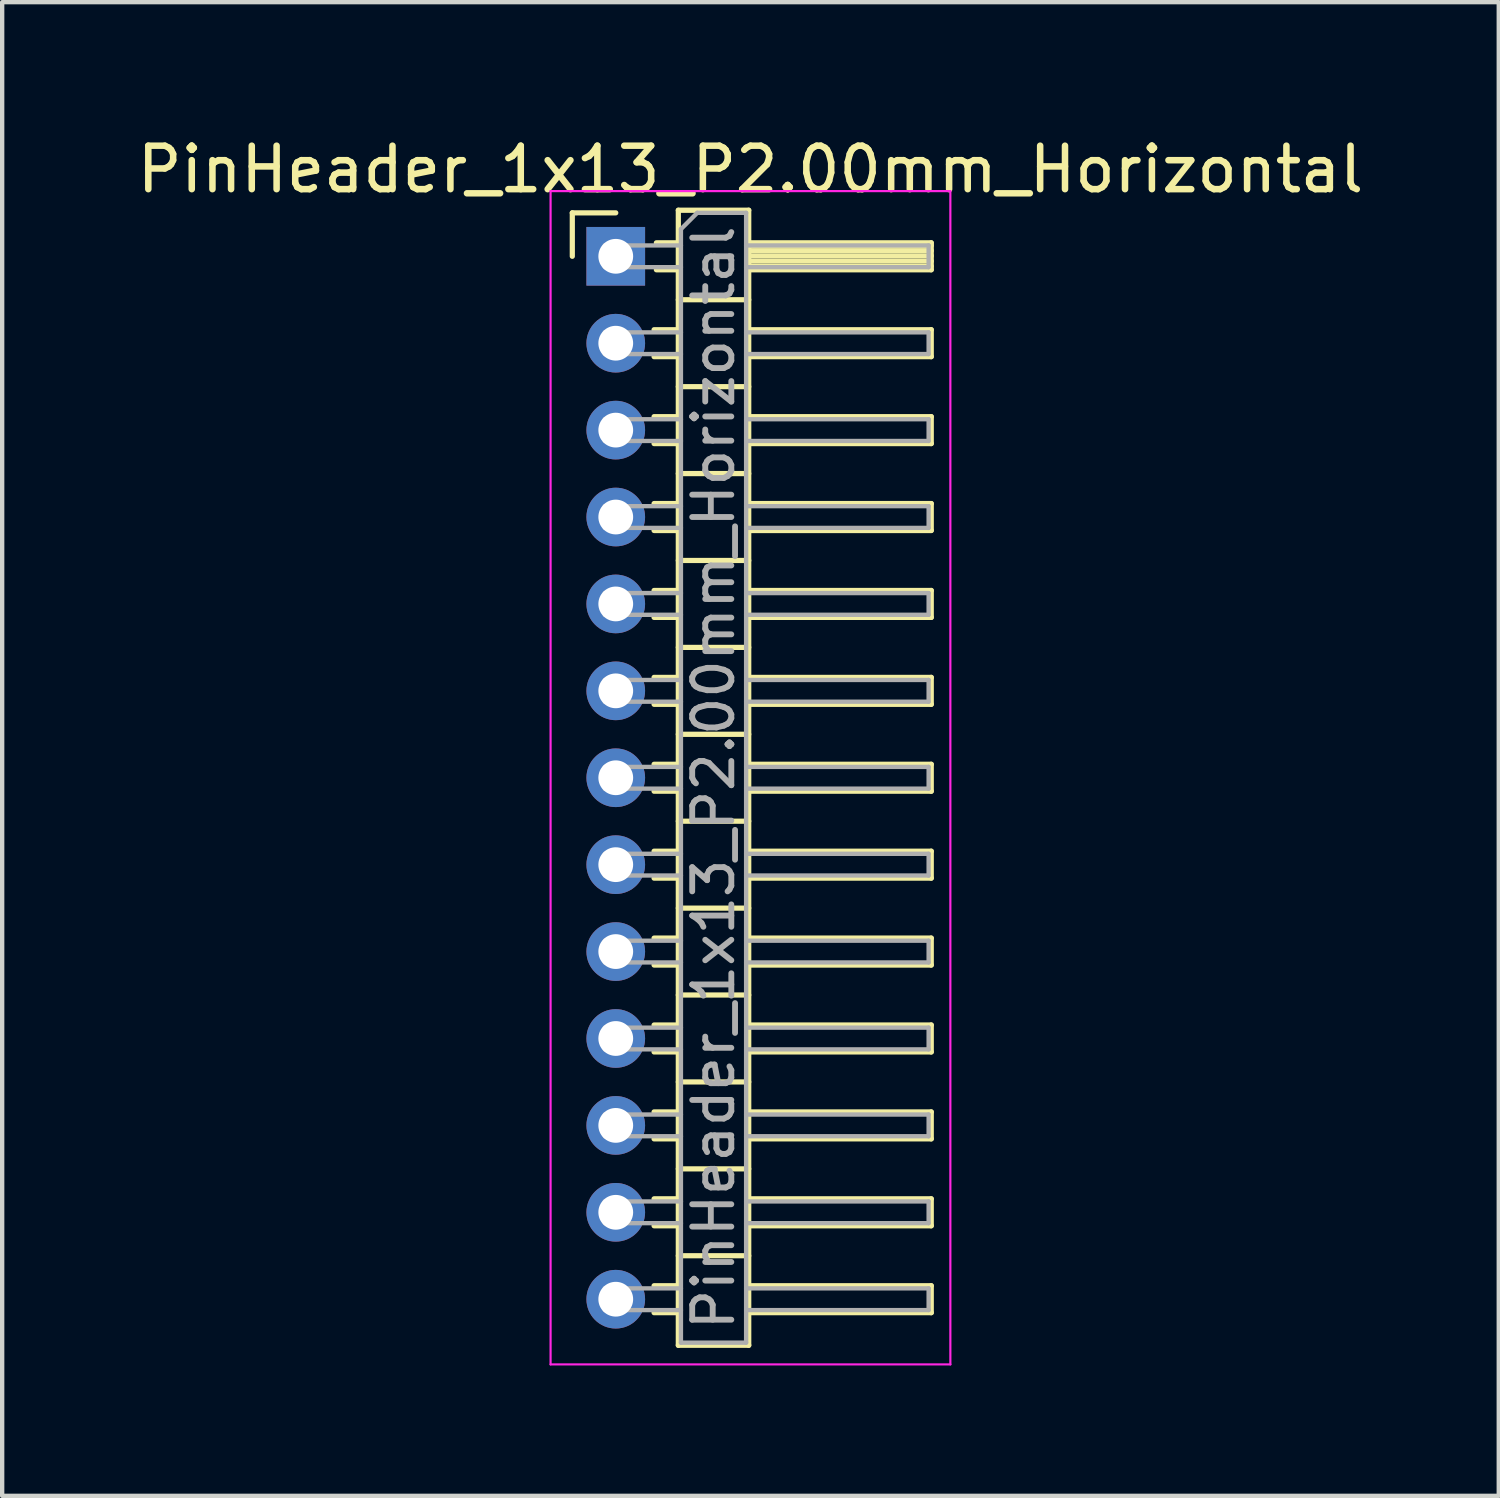
<source format=kicad_pcb>
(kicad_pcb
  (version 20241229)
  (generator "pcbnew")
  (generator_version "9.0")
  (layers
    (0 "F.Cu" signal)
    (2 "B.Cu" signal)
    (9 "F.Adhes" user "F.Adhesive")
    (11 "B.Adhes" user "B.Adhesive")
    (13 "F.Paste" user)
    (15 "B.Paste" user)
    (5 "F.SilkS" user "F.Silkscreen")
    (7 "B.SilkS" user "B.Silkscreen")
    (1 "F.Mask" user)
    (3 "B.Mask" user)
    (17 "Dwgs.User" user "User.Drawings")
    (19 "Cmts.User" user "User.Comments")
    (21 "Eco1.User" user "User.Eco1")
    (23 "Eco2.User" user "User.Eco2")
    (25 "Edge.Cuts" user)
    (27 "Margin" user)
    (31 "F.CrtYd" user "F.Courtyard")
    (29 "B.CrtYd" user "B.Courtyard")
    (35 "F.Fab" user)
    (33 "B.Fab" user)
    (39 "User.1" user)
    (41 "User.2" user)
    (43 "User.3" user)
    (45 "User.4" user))
  (footprint "PinHeader_1x13_P2.00mm_Horizontal"
    (layer "F.Cu")
    (at 11.12 2.848)
    (property "Reference" "PinHeader_1x13_P2.00mm_Horizontal" (at 3.1 -2 0) (layer "F.SilkS") (effects (font (size 1 1) (thickness 0.15))))
    (attr through_hole)
    (fp_line (start -1 -1) (end 0 -1) (stroke (width 0.12) (type solid)) (layer "F.SilkS"))
    (fp_line (start -1 0) (end -1 -1) (stroke (width 0.12) (type solid)) (layer "F.SilkS"))
    (fp_line (start 0.882 1.69) (end 1.44 1.69) (stroke (width 0.12) (type solid)) (layer "F.SilkS"))
    (fp_line (start 0.882 2.31) (end 1.44 2.31) (stroke (width 0.12) (type solid)) (layer "F.SilkS"))
    (fp_line (start 0.882 3.69) (end 1.44 3.69) (stroke (width 0.12) (type solid)) (layer "F.SilkS"))
    (fp_line (start 0.882 4.31) (end 1.44 4.31) (stroke (width 0.12) (type solid)) (layer "F.SilkS"))
    (fp_line (start 0.882 5.69) (end 1.44 5.69) (stroke (width 0.12) (type solid)) (layer "F.SilkS"))
    (fp_line (start 0.882 6.31) (end 1.44 6.31) (stroke (width 0.12) (type solid)) (layer "F.SilkS"))
    (fp_line (start 0.882 7.69) (end 1.44 7.69) (stroke (width 0.12) (type solid)) (layer "F.SilkS"))
    (fp_line (start 0.882 8.31) (end 1.44 8.31) (stroke (width 0.12) (type solid)) (layer "F.SilkS"))
    (fp_line (start 0.882 9.69) (end 1.44 9.69) (stroke (width 0.12) (type solid)) (layer "F.SilkS"))
    (fp_line (start 0.882 10.31) (end 1.44 10.31) (stroke (width 0.12) (type solid)) (layer "F.SilkS"))
    (fp_line (start 0.882 11.69) (end 1.44 11.69) (stroke (width 0.12) (type solid)) (layer "F.SilkS"))
    (fp_line (start 0.882 12.31) (end 1.44 12.31) (stroke (width 0.12) (type solid)) (layer "F.SilkS"))
    (fp_line (start 0.882 13.69) (end 1.44 13.69) (stroke (width 0.12) (type solid)) (layer "F.SilkS"))
    (fp_line (start 0.882 14.31) (end 1.44 14.31) (stroke (width 0.12) (type solid)) (layer "F.SilkS"))
    (fp_line (start 0.882 15.69) (end 1.44 15.69) (stroke (width 0.12) (type solid)) (layer "F.SilkS"))
    (fp_line (start 0.882 16.31) (end 1.44 16.31) (stroke (width 0.12) (type solid)) (layer "F.SilkS"))
    (fp_line (start 0.882 17.69) (end 1.44 17.69) (stroke (width 0.12) (type solid)) (layer "F.SilkS"))
    (fp_line (start 0.882 18.31) (end 1.44 18.31) (stroke (width 0.12) (type solid)) (layer "F.SilkS"))
    (fp_line (start 0.882 19.69) (end 1.44 19.69) (stroke (width 0.12) (type solid)) (layer "F.SilkS"))
    (fp_line (start 0.882 20.31) (end 1.44 20.31) (stroke (width 0.12) (type solid)) (layer "F.SilkS"))
    (fp_line (start 0.882 21.69) (end 1.44 21.69) (stroke (width 0.12) (type solid)) (layer "F.SilkS"))
    (fp_line (start 0.882 22.31) (end 1.44 22.31) (stroke (width 0.12) (type solid)) (layer "F.SilkS"))
    (fp_line (start 0.882 23.69) (end 1.44 23.69) (stroke (width 0.12) (type solid)) (layer "F.SilkS"))
    (fp_line (start 0.882 24.31) (end 1.44 24.31) (stroke (width 0.12) (type solid)) (layer "F.SilkS"))
    (fp_line (start 0.935 -0.31) (end 1.44 -0.31) (stroke (width 0.12) (type solid)) (layer "F.SilkS"))
    (fp_line (start 0.935 0.31) (end 1.44 0.31) (stroke (width 0.12) (type solid)) (layer "F.SilkS"))
    (fp_line (start 1.44 -1.06) (end 1.44 25.06) (stroke (width 0.12) (type solid)) (layer "F.SilkS"))
    (fp_line (start 1.44 1) (end 3.06 1) (stroke (width 0.12) (type solid)) (layer "F.SilkS"))
    (fp_line (start 1.44 3) (end 3.06 3) (stroke (width 0.12) (type solid)) (layer "F.SilkS"))
    (fp_line (start 1.44 5) (end 3.06 5) (stroke (width 0.12) (type solid)) (layer "F.SilkS"))
    (fp_line (start 1.44 7) (end 3.06 7) (stroke (width 0.12) (type solid)) (layer "F.SilkS"))
    (fp_line (start 1.44 9) (end 3.06 9) (stroke (width 0.12) (type solid)) (layer "F.SilkS"))
    (fp_line (start 1.44 11) (end 3.06 11) (stroke (width 0.12) (type solid)) (layer "F.SilkS"))
    (fp_line (start 1.44 13) (end 3.06 13) (stroke (width 0.12) (type solid)) (layer "F.SilkS"))
    (fp_line (start 1.44 15) (end 3.06 15) (stroke (width 0.12) (type solid)) (layer "F.SilkS"))
    (fp_line (start 1.44 17) (end 3.06 17) (stroke (width 0.12) (type solid)) (layer "F.SilkS"))
    (fp_line (start 1.44 19) (end 3.06 19) (stroke (width 0.12) (type solid)) (layer "F.SilkS"))
    (fp_line (start 1.44 21) (end 3.06 21) (stroke (width 0.12) (type solid)) (layer "F.SilkS"))
    (fp_line (start 1.44 23) (end 3.06 23) (stroke (width 0.12) (type solid)) (layer "F.SilkS"))
    (fp_line (start 1.44 25.06) (end 3.06 25.06) (stroke (width 0.12) (type solid)) (layer "F.SilkS"))
    (fp_line (start 3.06 -1.06) (end 1.44 -1.06) (stroke (width 0.12) (type solid)) (layer "F.SilkS"))
    (fp_line (start 3.06 -0.31) (end 7.26 -0.31) (stroke (width 0.12) (type solid)) (layer "F.SilkS"))
    (fp_line (start 3.06 -0.25) (end 7.26 -0.25) (stroke (width 0.12) (type solid)) (layer "F.SilkS"))
    (fp_line (start 3.06 -0.13) (end 7.26 -0.13) (stroke (width 0.12) (type solid)) (layer "F.SilkS"))
    (fp_line (start 3.06 -0.01) (end 7.26 -0.01) (stroke (width 0.12) (type solid)) (layer "F.SilkS"))
    (fp_line (start 3.06 0.11) (end 7.26 0.11) (stroke (width 0.12) (type solid)) (layer "F.SilkS"))
    (fp_line (start 3.06 0.23) (end 7.26 0.23) (stroke (width 0.12) (type solid)) (layer "F.SilkS"))
    (fp_line (start 3.06 1.69) (end 7.26 1.69) (stroke (width 0.12) (type solid)) (layer "F.SilkS"))
    (fp_line (start 3.06 3.69) (end 7.26 3.69) (stroke (width 0.12) (type solid)) (layer "F.SilkS"))
    (fp_line (start 3.06 5.69) (end 7.26 5.69) (stroke (width 0.12) (type solid)) (layer "F.SilkS"))
    (fp_line (start 3.06 7.69) (end 7.26 7.69) (stroke (width 0.12) (type solid)) (layer "F.SilkS"))
    (fp_line (start 3.06 9.69) (end 7.26 9.69) (stroke (width 0.12) (type solid)) (layer "F.SilkS"))
    (fp_line (start 3.06 11.69) (end 7.26 11.69) (stroke (width 0.12) (type solid)) (layer "F.SilkS"))
    (fp_line (start 3.06 13.69) (end 7.26 13.69) (stroke (width 0.12) (type solid)) (layer "F.SilkS"))
    (fp_line (start 3.06 15.69) (end 7.26 15.69) (stroke (width 0.12) (type solid)) (layer "F.SilkS"))
    (fp_line (start 3.06 17.69) (end 7.26 17.69) (stroke (width 0.12) (type solid)) (layer "F.SilkS"))
    (fp_line (start 3.06 19.69) (end 7.26 19.69) (stroke (width 0.12) (type solid)) (layer "F.SilkS"))
    (fp_line (start 3.06 21.69) (end 7.26 21.69) (stroke (width 0.12) (type solid)) (layer "F.SilkS"))
    (fp_line (start 3.06 23.69) (end 7.26 23.69) (stroke (width 0.12) (type solid)) (layer "F.SilkS"))
    (fp_line (start 3.06 25.06) (end 3.06 -1.06) (stroke (width 0.12) (type solid)) (layer "F.SilkS"))
    (fp_line (start 7.26 -0.31) (end 7.26 0.31) (stroke (width 0.12) (type solid)) (layer "F.SilkS"))
    (fp_line (start 7.26 0.31) (end 3.06 0.31) (stroke (width 0.12) (type solid)) (layer "F.SilkS"))
    (fp_line (start 7.26 1.69) (end 7.26 2.31) (stroke (width 0.12) (type solid)) (layer "F.SilkS"))
    (fp_line (start 7.26 2.31) (end 3.06 2.31) (stroke (width 0.12) (type solid)) (layer "F.SilkS"))
    (fp_line (start 7.26 3.69) (end 7.26 4.31) (stroke (width 0.12) (type solid)) (layer "F.SilkS"))
    (fp_line (start 7.26 4.31) (end 3.06 4.31) (stroke (width 0.12) (type solid)) (layer "F.SilkS"))
    (fp_line (start 7.26 5.69) (end 7.26 6.31) (stroke (width 0.12) (type solid)) (layer "F.SilkS"))
    (fp_line (start 7.26 6.31) (end 3.06 6.31) (stroke (width 0.12) (type solid)) (layer "F.SilkS"))
    (fp_line (start 7.26 7.69) (end 7.26 8.31) (stroke (width 0.12) (type solid)) (layer "F.SilkS"))
    (fp_line (start 7.26 8.31) (end 3.06 8.31) (stroke (width 0.12) (type solid)) (layer "F.SilkS"))
    (fp_line (start 7.26 9.69) (end 7.26 10.31) (stroke (width 0.12) (type solid)) (layer "F.SilkS"))
    (fp_line (start 7.26 10.31) (end 3.06 10.31) (stroke (width 0.12) (type solid)) (layer "F.SilkS"))
    (fp_line (start 7.26 11.69) (end 7.26 12.31) (stroke (width 0.12) (type solid)) (layer "F.SilkS"))
    (fp_line (start 7.26 12.31) (end 3.06 12.31) (stroke (width 0.12) (type solid)) (layer "F.SilkS"))
    (fp_line (start 7.26 13.69) (end 7.26 14.31) (stroke (width 0.12) (type solid)) (layer "F.SilkS"))
    (fp_line (start 7.26 14.31) (end 3.06 14.31) (stroke (width 0.12) (type solid)) (layer "F.SilkS"))
    (fp_line (start 7.26 15.69) (end 7.26 16.31) (stroke (width 0.12) (type solid)) (layer "F.SilkS"))
    (fp_line (start 7.26 16.31) (end 3.06 16.31) (stroke (width 0.12) (type solid)) (layer "F.SilkS"))
    (fp_line (start 7.26 17.69) (end 7.26 18.31) (stroke (width 0.12) (type solid)) (layer "F.SilkS"))
    (fp_line (start 7.26 18.31) (end 3.06 18.31) (stroke (width 0.12) (type solid)) (layer "F.SilkS"))
    (fp_line (start 7.26 19.69) (end 7.26 20.31) (stroke (width 0.12) (type solid)) (layer "F.SilkS"))
    (fp_line (start 7.26 20.31) (end 3.06 20.31) (stroke (width 0.12) (type solid)) (layer "F.SilkS"))
    (fp_line (start 7.26 21.69) (end 7.26 22.31) (stroke (width 0.12) (type solid)) (layer "F.SilkS"))
    (fp_line (start 7.26 22.31) (end 3.06 22.31) (stroke (width 0.12) (type solid)) (layer "F.SilkS"))
    (fp_line (start 7.26 23.69) (end 7.26 24.31) (stroke (width 0.12) (type solid)) (layer "F.SilkS"))
    (fp_line (start 7.26 24.31) (end 3.06 24.31) (stroke (width 0.12) (type solid)) (layer "F.SilkS"))
    (fp_line (start -1.5 -1.5) (end -1.5 25.5) (stroke (width 0.05) (type solid)) (layer "F.CrtYd"))
    (fp_line (start -1.5 25.5) (end 7.7 25.5) (stroke (width 0.05) (type solid)) (layer "F.CrtYd"))
    (fp_line (start 7.7 -1.5) (end -1.5 -1.5) (stroke (width 0.05) (type solid)) (layer "F.CrtYd"))
    (fp_line (start 7.7 25.5) (end 7.7 -1.5) (stroke (width 0.05) (type solid)) (layer "F.CrtYd"))
    (fp_line (start -0.25 -0.25) (end -0.25 0.25) (stroke (width 0.1) (type solid)) (layer "F.Fab"))
    (fp_line (start -0.25 -0.25) (end 1.5 -0.25) (stroke (width 0.1) (type solid)) (layer "F.Fab"))
    (fp_line (start -0.25 0.25) (end 1.5 0.25) (stroke (width 0.1) (type solid)) (layer "F.Fab"))
    (fp_line (start -0.25 1.75) (end -0.25 2.25) (stroke (width 0.1) (type solid)) (layer "F.Fab"))
    (fp_line (start -0.25 1.75) (end 1.5 1.75) (stroke (width 0.1) (type solid)) (layer "F.Fab"))
    (fp_line (start -0.25 2.25) (end 1.5 2.25) (stroke (width 0.1) (type solid)) (layer "F.Fab"))
    (fp_line (start -0.25 3.75) (end -0.25 4.25) (stroke (width 0.1) (type solid)) (layer "F.Fab"))
    (fp_line (start -0.25 3.75) (end 1.5 3.75) (stroke (width 0.1) (type solid)) (layer "F.Fab"))
    (fp_line (start -0.25 4.25) (end 1.5 4.25) (stroke (width 0.1) (type solid)) (layer "F.Fab"))
    (fp_line (start -0.25 5.75) (end -0.25 6.25) (stroke (width 0.1) (type solid)) (layer "F.Fab"))
    (fp_line (start -0.25 5.75) (end 1.5 5.75) (stroke (width 0.1) (type solid)) (layer "F.Fab"))
    (fp_line (start -0.25 6.25) (end 1.5 6.25) (stroke (width 0.1) (type solid)) (layer "F.Fab"))
    (fp_line (start -0.25 7.75) (end -0.25 8.25) (stroke (width 0.1) (type solid)) (layer "F.Fab"))
    (fp_line (start -0.25 7.75) (end 1.5 7.75) (stroke (width 0.1) (type solid)) (layer "F.Fab"))
    (fp_line (start -0.25 8.25) (end 1.5 8.25) (stroke (width 0.1) (type solid)) (layer "F.Fab"))
    (fp_line (start -0.25 9.75) (end -0.25 10.25) (stroke (width 0.1) (type solid)) (layer "F.Fab"))
    (fp_line (start -0.25 9.75) (end 1.5 9.75) (stroke (width 0.1) (type solid)) (layer "F.Fab"))
    (fp_line (start -0.25 10.25) (end 1.5 10.25) (stroke (width 0.1) (type solid)) (layer "F.Fab"))
    (fp_line (start -0.25 11.75) (end -0.25 12.25) (stroke (width 0.1) (type solid)) (layer "F.Fab"))
    (fp_line (start -0.25 11.75) (end 1.5 11.75) (stroke (width 0.1) (type solid)) (layer "F.Fab"))
    (fp_line (start -0.25 12.25) (end 1.5 12.25) (stroke (width 0.1) (type solid)) (layer "F.Fab"))
    (fp_line (start -0.25 13.75) (end -0.25 14.25) (stroke (width 0.1) (type solid)) (layer "F.Fab"))
    (fp_line (start -0.25 13.75) (end 1.5 13.75) (stroke (width 0.1) (type solid)) (layer "F.Fab"))
    (fp_line (start -0.25 14.25) (end 1.5 14.25) (stroke (width 0.1) (type solid)) (layer "F.Fab"))
    (fp_line (start -0.25 15.75) (end -0.25 16.25) (stroke (width 0.1) (type solid)) (layer "F.Fab"))
    (fp_line (start -0.25 15.75) (end 1.5 15.75) (stroke (width 0.1) (type solid)) (layer "F.Fab"))
    (fp_line (start -0.25 16.25) (end 1.5 16.25) (stroke (width 0.1) (type solid)) (layer "F.Fab"))
    (fp_line (start -0.25 17.75) (end -0.25 18.25) (stroke (width 0.1) (type solid)) (layer "F.Fab"))
    (fp_line (start -0.25 17.75) (end 1.5 17.75) (stroke (width 0.1) (type solid)) (layer "F.Fab"))
    (fp_line (start -0.25 18.25) (end 1.5 18.25) (stroke (width 0.1) (type solid)) (layer "F.Fab"))
    (fp_line (start -0.25 19.75) (end -0.25 20.25) (stroke (width 0.1) (type solid)) (layer "F.Fab"))
    (fp_line (start -0.25 19.75) (end 1.5 19.75) (stroke (width 0.1) (type solid)) (layer "F.Fab"))
    (fp_line (start -0.25 20.25) (end 1.5 20.25) (stroke (width 0.1) (type solid)) (layer "F.Fab"))
    (fp_line (start -0.25 21.75) (end -0.25 22.25) (stroke (width 0.1) (type solid)) (layer "F.Fab"))
    (fp_line (start -0.25 21.75) (end 1.5 21.75) (stroke (width 0.1) (type solid)) (layer "F.Fab"))
    (fp_line (start -0.25 22.25) (end 1.5 22.25) (stroke (width 0.1) (type solid)) (layer "F.Fab"))
    (fp_line (start -0.25 23.75) (end -0.25 24.25) (stroke (width 0.1) (type solid)) (layer "F.Fab"))
    (fp_line (start -0.25 23.75) (end 1.5 23.75) (stroke (width 0.1) (type solid)) (layer "F.Fab"))
    (fp_line (start -0.25 24.25) (end 1.5 24.25) (stroke (width 0.1) (type solid)) (layer "F.Fab"))
    (fp_line (start 1.5 -0.625) (end 1.875 -1) (stroke (width 0.1) (type solid)) (layer "F.Fab"))
    (fp_line (start 1.5 25) (end 1.5 -0.625) (stroke (width 0.1) (type solid)) (layer "F.Fab"))
    (fp_line (start 1.875 -1) (end 3 -1) (stroke (width 0.1) (type solid)) (layer "F.Fab"))
    (fp_line (start 3 -1) (end 3 25) (stroke (width 0.1) (type solid)) (layer "F.Fab"))
    (fp_line (start 3 -0.25) (end 7.2 -0.25) (stroke (width 0.1) (type solid)) (layer "F.Fab"))
    (fp_line (start 3 0.25) (end 7.2 0.25) (stroke (width 0.1) (type solid)) (layer "F.Fab"))
    (fp_line (start 3 1.75) (end 7.2 1.75) (stroke (width 0.1) (type solid)) (layer "F.Fab"))
    (fp_line (start 3 2.25) (end 7.2 2.25) (stroke (width 0.1) (type solid)) (layer "F.Fab"))
    (fp_line (start 3 3.75) (end 7.2 3.75) (stroke (width 0.1) (type solid)) (layer "F.Fab"))
    (fp_line (start 3 4.25) (end 7.2 4.25) (stroke (width 0.1) (type solid)) (layer "F.Fab"))
    (fp_line (start 3 5.75) (end 7.2 5.75) (stroke (width 0.1) (type solid)) (layer "F.Fab"))
    (fp_line (start 3 6.25) (end 7.2 6.25) (stroke (width 0.1) (type solid)) (layer "F.Fab"))
    (fp_line (start 3 7.75) (end 7.2 7.75) (stroke (width 0.1) (type solid)) (layer "F.Fab"))
    (fp_line (start 3 8.25) (end 7.2 8.25) (stroke (width 0.1) (type solid)) (layer "F.Fab"))
    (fp_line (start 3 9.75) (end 7.2 9.75) (stroke (width 0.1) (type solid)) (layer "F.Fab"))
    (fp_line (start 3 10.25) (end 7.2 10.25) (stroke (width 0.1) (type solid)) (layer "F.Fab"))
    (fp_line (start 3 11.75) (end 7.2 11.75) (stroke (width 0.1) (type solid)) (layer "F.Fab"))
    (fp_line (start 3 12.25) (end 7.2 12.25) (stroke (width 0.1) (type solid)) (layer "F.Fab"))
    (fp_line (start 3 13.75) (end 7.2 13.75) (stroke (width 0.1) (type solid)) (layer "F.Fab"))
    (fp_line (start 3 14.25) (end 7.2 14.25) (stroke (width 0.1) (type solid)) (layer "F.Fab"))
    (fp_line (start 3 15.75) (end 7.2 15.75) (stroke (width 0.1) (type solid)) (layer "F.Fab"))
    (fp_line (start 3 16.25) (end 7.2 16.25) (stroke (width 0.1) (type solid)) (layer "F.Fab"))
    (fp_line (start 3 17.75) (end 7.2 17.75) (stroke (width 0.1) (type solid)) (layer "F.Fab"))
    (fp_line (start 3 18.25) (end 7.2 18.25) (stroke (width 0.1) (type solid)) (layer "F.Fab"))
    (fp_line (start 3 19.75) (end 7.2 19.75) (stroke (width 0.1) (type solid)) (layer "F.Fab"))
    (fp_line (start 3 20.25) (end 7.2 20.25) (stroke (width 0.1) (type solid)) (layer "F.Fab"))
    (fp_line (start 3 21.75) (end 7.2 21.75) (stroke (width 0.1) (type solid)) (layer "F.Fab"))
    (fp_line (start 3 22.25) (end 7.2 22.25) (stroke (width 0.1) (type solid)) (layer "F.Fab"))
    (fp_line (start 3 23.75) (end 7.2 23.75) (stroke (width 0.1) (type solid)) (layer "F.Fab"))
    (fp_line (start 3 24.25) (end 7.2 24.25) (stroke (width 0.1) (type solid)) (layer "F.Fab"))
    (fp_line (start 3 25) (end 1.5 25) (stroke (width 0.1) (type solid)) (layer "F.Fab"))
    (fp_line (start 7.2 -0.25) (end 7.2 0.25) (stroke (width 0.1) (type solid)) (layer "F.Fab"))
    (fp_line (start 7.2 1.75) (end 7.2 2.25) (stroke (width 0.1) (type solid)) (layer "F.Fab"))
    (fp_line (start 7.2 3.75) (end 7.2 4.25) (stroke (width 0.1) (type solid)) (layer "F.Fab"))
    (fp_line (start 7.2 5.75) (end 7.2 6.25) (stroke (width 0.1) (type solid)) (layer "F.Fab"))
    (fp_line (start 7.2 7.75) (end 7.2 8.25) (stroke (width 0.1) (type solid)) (layer "F.Fab"))
    (fp_line (start 7.2 9.75) (end 7.2 10.25) (stroke (width 0.1) (type solid)) (layer "F.Fab"))
    (fp_line (start 7.2 11.75) (end 7.2 12.25) (stroke (width 0.1) (type solid)) (layer "F.Fab"))
    (fp_line (start 7.2 13.75) (end 7.2 14.25) (stroke (width 0.1) (type solid)) (layer "F.Fab"))
    (fp_line (start 7.2 15.75) (end 7.2 16.25) (stroke (width 0.1) (type solid)) (layer "F.Fab"))
    (fp_line (start 7.2 17.75) (end 7.2 18.25) (stroke (width 0.1) (type solid)) (layer "F.Fab"))
    (fp_line (start 7.2 19.75) (end 7.2 20.25) (stroke (width 0.1) (type solid)) (layer "F.Fab"))
    (fp_line (start 7.2 21.75) (end 7.2 22.25) (stroke (width 0.1) (type solid)) (layer "F.Fab"))
    (fp_line (start 7.2 23.75) (end 7.2 24.25) (stroke (width 0.1) (type solid)) (layer "F.Fab"))
    (fp_text user "${REFERENCE}" (at 2.25 12 90) (layer "F.Fab") (effects (font (size 0.9 0.9) (thickness 0.135))))
    (pad "1" thru_hole rect (at 0 0) (size 1.35 1.35) (drill 0.8) (layers "*.Cu" "*.Mask"))
    (pad "2" thru_hole oval (at 0 2) (size 1.35 1.35) (drill 0.8) (layers "*.Cu" "*.Mask"))
    (pad "3" thru_hole oval (at 0 4) (size 1.35 1.35) (drill 0.8) (layers "*.Cu" "*.Mask"))
    (pad "4" thru_hole oval (at 0 6) (size 1.35 1.35) (drill 0.8) (layers "*.Cu" "*.Mask"))
    (pad "5" thru_hole oval (at 0 8) (size 1.35 1.35) (drill 0.8) (layers "*.Cu" "*.Mask"))
    (pad "6" thru_hole oval (at 0 10) (size 1.35 1.35) (drill 0.8) (layers "*.Cu" "*.Mask"))
    (pad "7" thru_hole oval (at 0 12) (size 1.35 1.35) (drill 0.8) (layers "*.Cu" "*.Mask"))
    (pad "8" thru_hole oval (at 0 14) (size 1.35 1.35) (drill 0.8) (layers "*.Cu" "*.Mask"))
    (pad "9" thru_hole oval (at 0 16) (size 1.35 1.35) (drill 0.8) (layers "*.Cu" "*.Mask"))
    (pad "10" thru_hole oval (at 0 18) (size 1.35 1.35) (drill 0.8) (layers "*.Cu" "*.Mask"))
    (pad "11" thru_hole oval (at 0 20) (size 1.35 1.35) (drill 0.8) (layers "*.Cu" "*.Mask"))
    (pad "12" thru_hole oval (at 0 22) (size 1.35 1.35) (drill 0.8) (layers "*.Cu" "*.Mask"))
    (pad "13" thru_hole oval (at 0 24) (size 1.35 1.35) (drill 0.8) (layers "*.Cu" "*.Mask")))
  (gr_rect
    (start -3 -3)
    (end 31.44 31.373)
    (stroke (width 0.1) (type default))
    (fill no)
    (layer "Edge.Cuts")))
</source>
